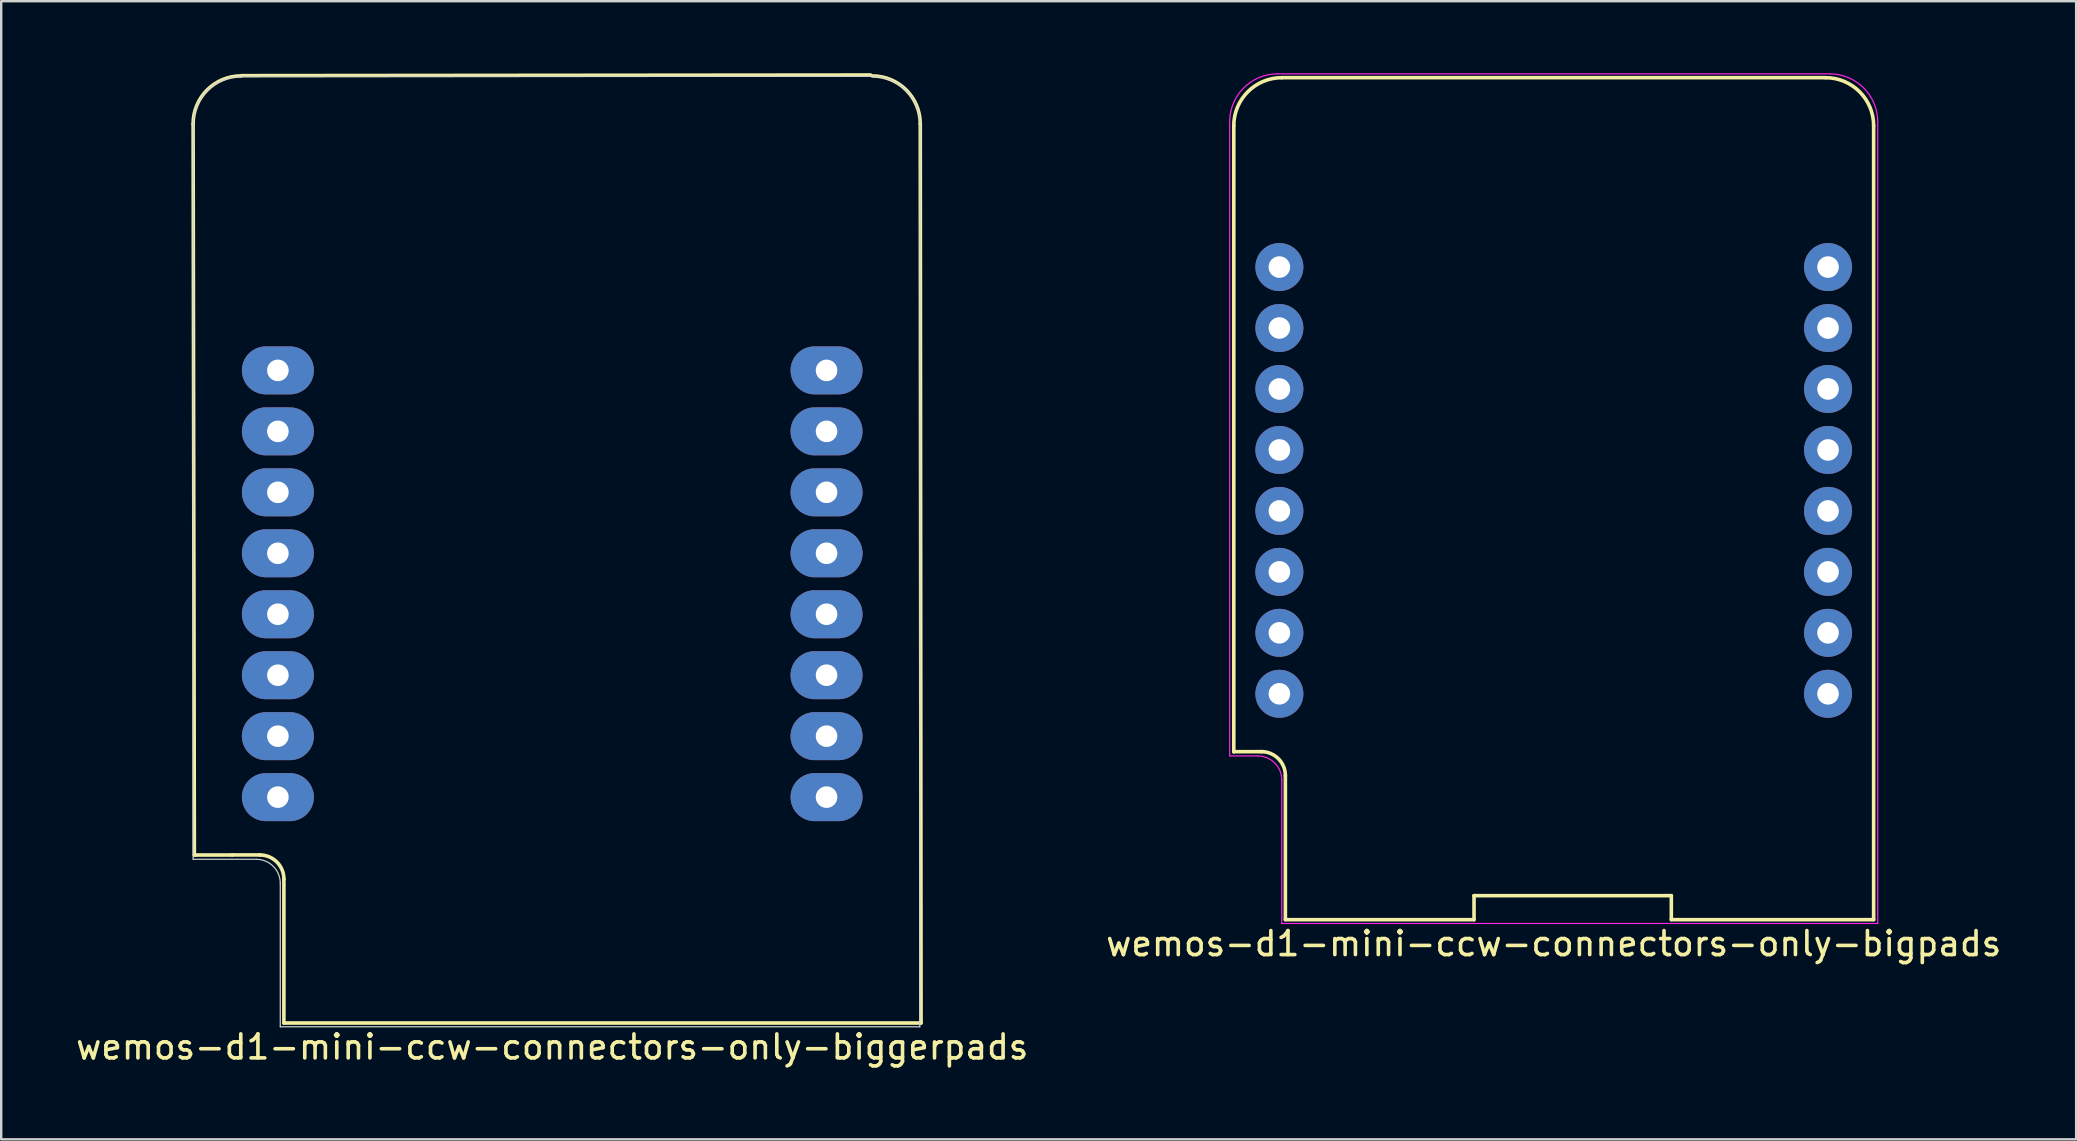
<source format=kicad_pcb>
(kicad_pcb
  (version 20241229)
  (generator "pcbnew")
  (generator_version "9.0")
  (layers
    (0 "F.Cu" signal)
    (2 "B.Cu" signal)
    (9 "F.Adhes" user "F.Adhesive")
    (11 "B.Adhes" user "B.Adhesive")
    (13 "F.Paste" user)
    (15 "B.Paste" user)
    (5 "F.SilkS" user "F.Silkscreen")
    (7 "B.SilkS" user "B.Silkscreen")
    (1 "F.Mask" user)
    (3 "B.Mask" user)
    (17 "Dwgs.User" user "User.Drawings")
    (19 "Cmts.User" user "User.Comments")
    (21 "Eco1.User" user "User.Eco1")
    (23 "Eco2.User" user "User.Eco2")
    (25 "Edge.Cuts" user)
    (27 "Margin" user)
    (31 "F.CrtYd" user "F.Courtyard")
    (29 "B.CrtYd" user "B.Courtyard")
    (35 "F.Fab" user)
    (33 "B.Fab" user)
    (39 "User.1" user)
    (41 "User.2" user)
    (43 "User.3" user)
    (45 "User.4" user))
  (footprint "wemos-d1-mini-ccw-connectors-only-bigpads"
    (layer "F.Cu")
    (at 63.285 18.567)
    (property "Reference" "wemos-d1-mini-ccw-connectors-only-bigpads" (at -1.6 17.7 180) (layer "F.SilkS") (effects (font (size 1 1) (thickness 0.15))))
    (attr through_hole)
    (fp_line (start -14.93 -16.38) (end -14.93 9.7) (stroke (width 0.15) (type solid)) (layer "F.SilkS"))
    (fp_line (start -14.93 9.7) (end -14.93 9.7) (stroke (width 0.15) (type solid)) (layer "F.SilkS"))
    (fp_line (start -13.77 9.7) (end -14.93 9.7) (stroke (width 0.15) (type solid)) (layer "F.SilkS"))
    (fp_line (start -12.78 16.7) (end -12.78 10.7) (stroke (width 0.15) (type solid)) (layer "F.SilkS"))
    (fp_line (start -12.78 16.7) (end -4.92 16.7) (stroke (width 0.15) (type solid)) (layer "F.SilkS"))
    (fp_line (start -4.92 15.7) (end 3.3 15.7) (stroke (width 0.15) (type solid)) (layer "F.SilkS"))
    (fp_line (start -4.92 16.7) (end -4.92 15.7) (stroke (width 0.15) (type solid)) (layer "F.SilkS"))
    (fp_line (start 3.3 15.7) (end 3.3 16.7) (stroke (width 0.15) (type solid)) (layer "F.SilkS"))
    (fp_line (start 3.3 16.7) (end 11.73 16.7) (stroke (width 0.15) (type solid)) (layer "F.SilkS"))
    (fp_line (start 9.73 -18.38) (end -12.93 -18.38) (stroke (width 0.15) (type solid)) (layer "F.SilkS"))
    (fp_line (start 11.73 16.7) (end 11.73 -16.38) (stroke (width 0.15) (type solid)) (layer "F.SilkS"))
    (fp_arc (start -14.93 -16.38) (mid -14.344214 -17.794214) (end -12.93 -18.38) (stroke (width 0.15) (type solid)) (layer "F.SilkS"))
    (fp_arc (start -13.78 9.7) (mid -13.072893 9.992893) (end -12.78 10.7) (stroke (width 0.15) (type solid)) (layer "F.SilkS"))
    (fp_arc (start 9.73 -18.38) (mid 11.144214 -17.794214) (end 11.73 -16.38) (stroke (width 0.15) (type solid)) (layer "F.SilkS"))
    (fp_line (start -15.1 9.88) (end -15.1 -16.45) (stroke (width 0.05) (type solid)) (layer "F.CrtYd"))
    (fp_line (start -15.1 9.88) (end -13.93 9.88) (stroke (width 0.05) (type solid)) (layer "F.CrtYd"))
    (fp_line (start -13.1 -18.54) (end 9.9 -18.54) (stroke (width 0.05) (type solid)) (layer "F.CrtYd"))
    (fp_line (start -12.93 16.86) (end -12.93 10.88) (stroke (width 0.05) (type solid)) (layer "F.CrtYd"))
    (fp_line (start 11.9 -16.54) (end 11.9 16.86) (stroke (width 0.05) (type solid)) (layer "F.CrtYd"))
    (fp_line (start 11.9 16.86) (end -12.93 16.86) (stroke (width 0.05) (type solid)) (layer "F.CrtYd"))
    (fp_arc (start -15.1 -16.45) (mid -14.547115 -17.923459) (end -13.1 -18.542024) (stroke (width 0.05) (type solid)) (layer "F.CrtYd"))
    (fp_arc (start -13.93 9.88) (mid -13.222893 10.172893) (end -12.93 10.88) (stroke (width 0.05) (type solid)) (layer "F.CrtYd"))
    (fp_arc (start 9.9 -18.54) (mid 11.314214 -17.954214) (end 11.9 -16.54) (stroke (width 0.05) (type solid)) (layer "F.CrtYd"))
    (pad "1" thru_hole oval (at -13.03 -10.49 90) (size 2 2) (drill 0.9) (layers "*.Cu" "*.Mask"))
    (pad "2" thru_hole oval (at -13.03 -7.95 90) (size 2 2) (drill 0.9) (layers "*.Cu" "*.Mask"))
    (pad "3" thru_hole oval (at -13.03 -5.41 90) (size 2 2) (drill 0.9) (layers "*.Cu" "*.Mask"))
    (pad "4" thru_hole oval (at -13.03 -2.87 90) (size 2 2) (drill 0.9) (layers "*.Cu" "*.Mask"))
    (pad "5" thru_hole oval (at -13.03 -0.33 90) (size 2 2) (drill 0.9) (layers "*.Cu" "*.Mask"))
    (pad "6" thru_hole oval (at -13.03 2.21 90) (size 2 2) (drill 0.9) (layers "*.Cu" "*.Mask"))
    (pad "7" thru_hole oval (at -13.03 4.75 90) (size 2 2) (drill 0.9) (layers "*.Cu" "*.Mask"))
    (pad "8" thru_hole oval (at -13.03 7.29 90) (size 2 2) (drill 0.9) (layers "*.Cu" "*.Mask"))
    (pad "9" thru_hole oval (at 9.83 7.29 90) (size 2 2) (drill 0.9) (layers "*.Cu" "*.Mask"))
    (pad "10" thru_hole oval (at 9.83 4.75 90) (size 2 2) (drill 0.9) (layers "*.Cu" "*.Mask"))
    (pad "11" thru_hole oval (at 9.83 2.21 90) (size 2 2) (drill 0.9) (layers "*.Cu" "*.Mask"))
    (pad "12" thru_hole oval (at 9.83 -0.33 90) (size 2 2) (drill 0.9) (layers "*.Cu" "*.Mask"))
    (pad "13" thru_hole oval (at 9.83 -2.87 90) (size 2 2) (drill 0.9) (layers "*.Cu" "*.Mask"))
    (pad "14" thru_hole oval (at 9.83 -5.41 90) (size 2 2) (drill 0.9) (layers "*.Cu" "*.Mask"))
    (pad "15" thru_hole oval (at 9.83 -7.95 90) (size 2 2) (drill 0.9) (layers "*.Cu" "*.Mask"))
    (pad "16" thru_hole oval (at 9.83 -10.49 90) (size 2 2) (drill 0.9) (layers "*.Cu" "*.Mask")))
  (footprint "wemos-d1-mini-ccw-connectors-only-biggerpads"
    (layer "F.Cu")
    (at 21.558 22.872)
    (property "Reference" "wemos-d1-mini-ccw-connectors-only-biggerpads" (at -1.6 17.7 0) (layer "F.SilkS") (effects (font (size 1 1) (thickness 0.15))))
    (attr through_hole)
    (fp_line (start -16.562 -20.76) (end -16.51 9.703) (stroke (width 0.15) (type solid)) (layer "F.SilkS"))
    (fp_line (start -16.51 9.703) (end -14.93 9.7) (stroke (width 0.15) (type solid)) (layer "F.SilkS"))
    (fp_line (start -13.77 9.7) (end -14.93 9.7) (stroke (width 0.15) (type solid)) (layer "F.SilkS"))
    (fp_line (start -12.78 16.7) (end -12.78 10.7) (stroke (width 0.15) (type solid)) (layer "F.SilkS"))
    (fp_line (start -12.78 16.7) (end 13.767 16.7) (stroke (width 0.15) (type solid)) (layer "F.SilkS"))
    (fp_line (start 11.663 -22.797) (end -14.558 -22.77) (stroke (width 0.15) (type solid)) (layer "F.SilkS"))
    (fp_line (start 13.767 16.7) (end 13.735 -20.758) (stroke (width 0.15) (type solid)) (layer "F.SilkS"))
    (fp_arc (start -16.562386 -20.759986) (mid -15.9766 -22.1742) (end -14.562386 -22.759986) (stroke (width 0.15) (type solid)) (layer "F.SilkS"))
    (fp_arc (start -13.78 9.7) (mid -13.072893 9.992893) (end -12.78 10.7) (stroke (width 0.15) (type solid)) (layer "F.SilkS"))
    (fp_arc (start 11.7348 -22.7584) (mid 13.149015 -22.172616) (end 13.7348 -20.7584) (stroke (width 0.15) (type solid)) (layer "F.SilkS"))
    (fp_line (start -16.561 9.88) (end -16.555 -20.65) (stroke (width 0.05) (type solid)) (layer "Edge.Cuts"))
    (fp_line (start -16.561 9.88) (end -13.93 9.88) (stroke (width 0.05) (type solid)) (layer "Edge.Cuts"))
    (fp_line (start -14.555 -22.742) (end 11.726 -22.746) (stroke (width 0.05) (type solid)) (layer "Edge.Cuts"))
    (fp_line (start -12.93 16.86) (end -12.93 10.88) (stroke (width 0.05) (type solid)) (layer "Edge.Cuts"))
    (fp_line (start 13.716 16.86) (end -12.93 16.86) (stroke (width 0.05) (type solid)) (layer "Edge.Cuts"))
    (fp_line (start 13.726 -20.746) (end 13.716 16.86) (stroke (width 0.05) (type solid)) (layer "Edge.Cuts"))
    (fp_arc (start -16.554759 -20.64982) (mid -16.002 -22.1234) (end -14.554759 -22.741844) (stroke (width 0.05) (type solid)) (layer "Edge.Cuts"))
    (fp_arc (start -13.93 9.88) (mid -13.222893 10.172893) (end -12.93 10.88) (stroke (width 0.05) (type solid)) (layer "Edge.Cuts"))
    (fp_arc (start 11.725783 -22.745782) (mid 13.14 -22.16) (end 13.725783 -20.745782) (stroke (width 0.05) (type solid)) (layer "Edge.Cuts"))
    (pad "1" thru_hole oval (at -13.03 -10.49 90) (size 2 3) (drill 0.9) (layers "*.Cu" "*.Mask"))
    (pad "2" thru_hole oval (at -13.03 -7.95 90) (size 2 3) (drill 0.9) (layers "*.Cu" "*.Mask"))
    (pad "3" thru_hole oval (at -13.03 -5.41 90) (size 2 3) (drill 0.9) (layers "*.Cu" "*.Mask"))
    (pad "4" thru_hole oval (at -13.03 -2.87 90) (size 2 3) (drill 0.9) (layers "*.Cu" "*.Mask"))
    (pad "5" thru_hole oval (at -13.03 -0.33 90) (size 2 3) (drill 0.9) (layers "*.Cu" "*.Mask"))
    (pad "6" thru_hole oval (at -13.03 2.21 90) (size 2 3) (drill 0.9) (layers "*.Cu" "*.Mask"))
    (pad "7" thru_hole oval (at -13.03 4.75 90) (size 2 3) (drill 0.9) (layers "*.Cu" "*.Mask"))
    (pad "8" thru_hole oval (at -13.03 7.29 90) (size 2 3) (drill 0.9) (layers "*.Cu" "*.Mask"))
    (pad "9" thru_hole oval (at 9.83 7.29 90) (size 2 3) (drill 0.9) (layers "*.Cu" "*.Mask"))
    (pad "10" thru_hole oval (at 9.83 4.75 90) (size 2 3) (drill 0.9) (layers "*.Cu" "*.Mask"))
    (pad "11" thru_hole oval (at 9.83 2.21 90) (size 2 3) (drill 0.9) (layers "*.Cu" "*.Mask"))
    (pad "12" thru_hole oval (at 9.83 -0.33 90) (size 2 3) (drill 0.9) (layers "*.Cu" "*.Mask"))
    (pad "13" thru_hole oval (at 9.83 -2.87 90) (size 2 3) (drill 0.9) (layers "*.Cu" "*.Mask"))
    (pad "14" thru_hole oval (at 9.83 -5.41 90) (size 2 3) (drill 0.9) (layers "*.Cu" "*.Mask"))
    (pad "15" thru_hole oval (at 9.83 -7.95 90) (size 2 3) (drill 0.9) (layers "*.Cu" "*.Mask"))
    (pad "16" thru_hole oval (at 9.83 -10.49 90) (size 2 3) (drill 0.9) (layers "*.Cu" "*.Mask")))
  (gr_rect
    (start -3 -3)
    (end 83.452 44.421)
    (stroke (width 0.1) (type default))
    (fill no)
    (layer "Edge.Cuts")))
</source>
